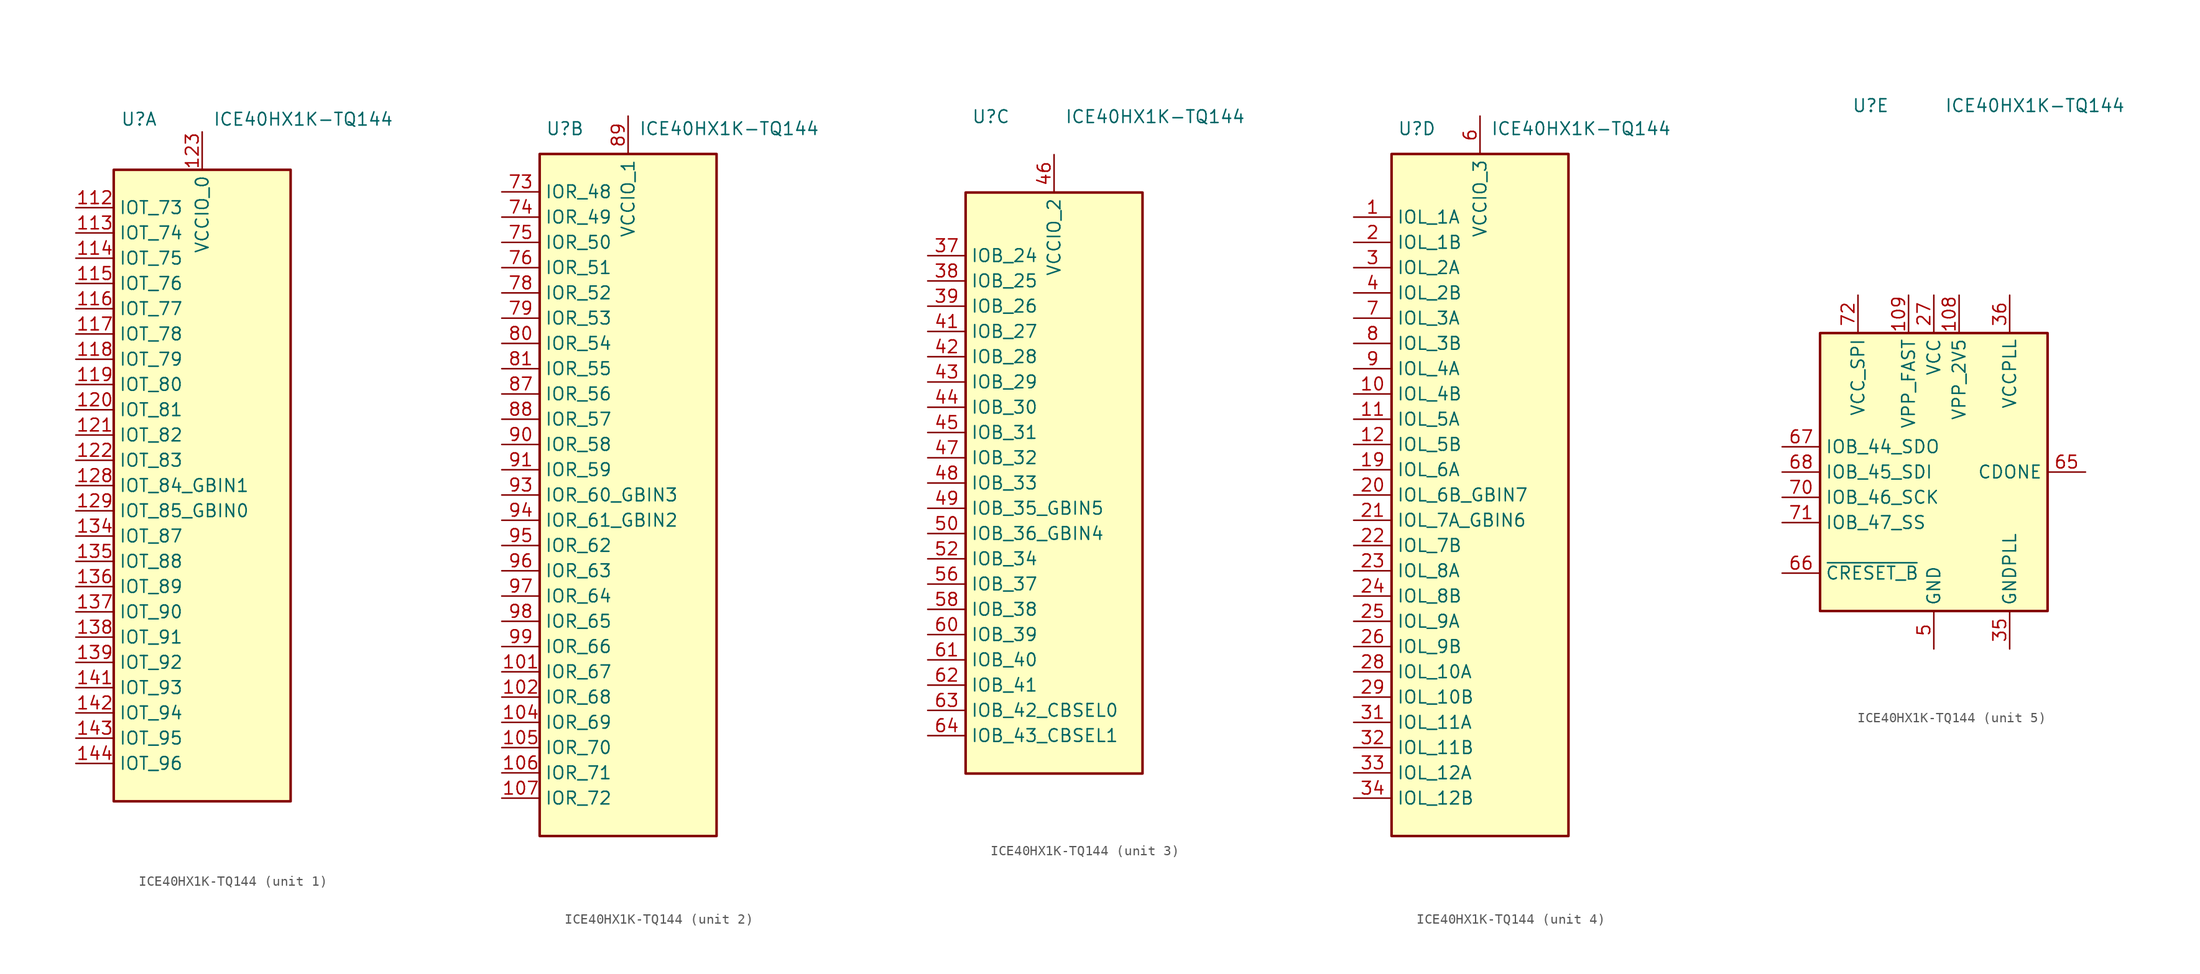
<source format=kicad_sym>
(kicad_symbol_lib
  (version 20241209)
  (generator "kicad_symbol_editor")
  (generator_version "9.0")
  (symbol "ICE40HX1K-TQ144"
    (property "Reference" "U"
      (at -6.35 36.83 0)
      (effects (font (size 1.27 1.27))))
    (property "Value" "ICE40HX1K-TQ144"
      (at 10.16 36.83 0)
      (effects (font (size 1.27 1.27))))
    (property "ki_locked" ""
      (at 0 0 0)
      (effects (font (size 1.27 1.27))))
    (symbol "ICE40HX1K-TQ144_1_1"
      (rectangle (start -8.89 31.75) (end 8.89 -31.75) (stroke (width 0.254) (type default)) (fill (type background)))
      (pin bidirectional line (at -12.7 27.94 0) (length 3.81) (name "IOT_73" (effects (font (size 1.27 1.27)))) (number "112" (effects (font (size 1.27 1.27)))))
      (pin bidirectional line (at -12.7 25.4 0) (length 3.81) (name "IOT_74" (effects (font (size 1.27 1.27)))) (number "113" (effects (font (size 1.27 1.27)))))
      (pin bidirectional line (at -12.7 22.86 0) (length 3.81) (name "IOT_75" (effects (font (size 1.27 1.27)))) (number "114" (effects (font (size 1.27 1.27)))))
      (pin bidirectional line (at -12.7 20.32 0) (length 3.81) (name "IOT_76" (effects (font (size 1.27 1.27)))) (number "115" (effects (font (size 1.27 1.27)))))
      (pin bidirectional line (at -12.7 17.78 0) (length 3.81) (name "IOT_77" (effects (font (size 1.27 1.27)))) (number "116" (effects (font (size 1.27 1.27)))))
      (pin bidirectional line (at -12.7 15.24 0) (length 3.81) (name "IOT_78" (effects (font (size 1.27 1.27)))) (number "117" (effects (font (size 1.27 1.27)))))
      (pin bidirectional line (at -12.7 12.7 0) (length 3.81) (name "IOT_79" (effects (font (size 1.27 1.27)))) (number "118" (effects (font (size 1.27 1.27)))))
      (pin bidirectional line (at -12.7 10.16 0) (length 3.81) (name "IOT_80" (effects (font (size 1.27 1.27)))) (number "119" (effects (font (size 1.27 1.27)))))
      (pin bidirectional line (at -12.7 7.62 0) (length 3.81) (name "IOT_81" (effects (font (size 1.27 1.27)))) (number "120" (effects (font (size 1.27 1.27)))))
      (pin bidirectional line (at -12.7 5.08 0) (length 3.81) (name "IOT_82" (effects (font (size 1.27 1.27)))) (number "121" (effects (font (size 1.27 1.27)))))
      (pin bidirectional line (at -12.7 2.54 0) (length 3.81) (name "IOT_83" (effects (font (size 1.27 1.27)))) (number "122" (effects (font (size 1.27 1.27)))))
      (pin bidirectional line (at -12.7 0 0) (length 3.81) (name "IOT_84_GBIN1" (effects (font (size 1.27 1.27)))) (number "128" (effects (font (size 1.27 1.27)))))
      (pin bidirectional line (at -12.7 -2.54 0) (length 3.81) (name "IOT_85_GBIN0" (effects (font (size 1.27 1.27)))) (number "129" (effects (font (size 1.27 1.27)))))
      (pin bidirectional line (at -12.7 -5.08 0) (length 3.81) (name "IOT_87" (effects (font (size 1.27 1.27)))) (number "134" (effects (font (size 1.27 1.27)))))
      (pin bidirectional line (at -12.7 -7.62 0) (length 3.81) (name "IOT_88" (effects (font (size 1.27 1.27)))) (number "135" (effects (font (size 1.27 1.27)))))
      (pin bidirectional line (at -12.7 -10.16 0) (length 3.81) (name "IOT_89" (effects (font (size 1.27 1.27)))) (number "136" (effects (font (size 1.27 1.27)))))
      (pin bidirectional line (at -12.7 -12.7 0) (length 3.81) (name "IOT_90" (effects (font (size 1.27 1.27)))) (number "137" (effects (font (size 1.27 1.27)))))
      (pin bidirectional line (at -12.7 -15.24 0) (length 3.81) (name "IOT_91" (effects (font (size 1.27 1.27)))) (number "138" (effects (font (size 1.27 1.27)))))
      (pin bidirectional line (at -12.7 -17.78 0) (length 3.81) (name "IOT_92" (effects (font (size 1.27 1.27)))) (number "139" (effects (font (size 1.27 1.27)))))
      (pin bidirectional line (at -12.7 -20.32 0) (length 3.81) (name "IOT_93" (effects (font (size 1.27 1.27)))) (number "141" (effects (font (size 1.27 1.27)))))
      (pin bidirectional line (at -12.7 -22.86 0) (length 3.81) (name "IOT_94" (effects (font (size 1.27 1.27)))) (number "142" (effects (font (size 1.27 1.27)))))
      (pin bidirectional line (at -12.7 -25.4 0) (length 3.81) (name "IOT_95" (effects (font (size 1.27 1.27)))) (number "143" (effects (font (size 1.27 1.27)))))
      (pin bidirectional line (at -12.7 -27.94 0) (length 3.81) (name "IOT_96" (effects (font (size 1.27 1.27)))) (number "144" (effects (font (size 1.27 1.27)))))
      (pin power_in line (at 0 35.56 270) (length 3.81) (name "VCCIO_0" (effects (font (size 1.27 1.27)))) (number "123" (effects (font (size 1.27 1.27)))))
      (pin passive line (at 0 35.56 270) (length 3.81) hide (name "VCCIO_0" (effects (font (size 1.27 1.27)))) (number "133" (effects (font (size 1.27 1.27)))))
      (pin no_connect line (at 7.62 10.16 180) (length 3.81) hide (name "NC" (effects (font (size 1.27 1.27)))) (number "15" (effects (font (size 1.27 1.27)))))
      (pin no_connect line (at 7.62 7.62 180) (length 3.81) hide (name "NC" (effects (font (size 1.27 1.27)))) (number "16" (effects (font (size 1.27 1.27)))))
      (pin no_connect line (at 7.62 5.08 180) (length 3.81) hide (name "NC" (effects (font (size 1.27 1.27)))) (number "17" (effects (font (size 1.27 1.27)))))
      (pin no_connect line (at 7.62 -7.62 180) (length 3.81) hide (name "NC" (effects (font (size 1.27 1.27)))) (number "18" (effects (font (size 1.27 1.27)))))
      (pin no_connect line (at 7.62 -10.16 180) (length 3.81) hide (name "NC" (effects (font (size 1.27 1.27)))) (number "77" (effects (font (size 1.27 1.27))))))
    (symbol "ICE40HX1K-TQ144_2_1"
      (rectangle (start -8.89 34.29) (end 8.89 -34.29) (stroke (width 0.254) (type default)) (fill (type background)))
      (pin bidirectional line (at -12.7 30.48 0) (length 3.81) (name "IOR_48" (effects (font (size 1.27 1.27)))) (number "73" (effects (font (size 1.27 1.27)))))
      (pin bidirectional line (at -12.7 27.94 0) (length 3.81) (name "IOR_49" (effects (font (size 1.27 1.27)))) (number "74" (effects (font (size 1.27 1.27)))))
      (pin bidirectional line (at -12.7 25.4 0) (length 3.81) (name "IOR_50" (effects (font (size 1.27 1.27)))) (number "75" (effects (font (size 1.27 1.27)))))
      (pin bidirectional line (at -12.7 22.86 0) (length 3.81) (name "IOR_51" (effects (font (size 1.27 1.27)))) (number "76" (effects (font (size 1.27 1.27)))))
      (pin bidirectional line (at -12.7 20.32 0) (length 3.81) (name "IOR_52" (effects (font (size 1.27 1.27)))) (number "78" (effects (font (size 1.27 1.27)))))
      (pin bidirectional line (at -12.7 17.78 0) (length 3.81) (name "IOR_53" (effects (font (size 1.27 1.27)))) (number "79" (effects (font (size 1.27 1.27)))))
      (pin bidirectional line (at -12.7 15.24 0) (length 3.81) (name "IOR_54" (effects (font (size 1.27 1.27)))) (number "80" (effects (font (size 1.27 1.27)))))
      (pin bidirectional line (at -12.7 12.7 0) (length 3.81) (name "IOR_55" (effects (font (size 1.27 1.27)))) (number "81" (effects (font (size 1.27 1.27)))))
      (pin bidirectional line (at -12.7 10.16 0) (length 3.81) (name "IOR_56" (effects (font (size 1.27 1.27)))) (number "87" (effects (font (size 1.27 1.27)))))
      (pin bidirectional line (at -12.7 7.62 0) (length 3.81) (name "IOR_57" (effects (font (size 1.27 1.27)))) (number "88" (effects (font (size 1.27 1.27)))))
      (pin bidirectional line (at -12.7 5.08 0) (length 3.81) (name "IOR_58" (effects (font (size 1.27 1.27)))) (number "90" (effects (font (size 1.27 1.27)))))
      (pin bidirectional line (at -12.7 2.54 0) (length 3.81) (name "IOR_59" (effects (font (size 1.27 1.27)))) (number "91" (effects (font (size 1.27 1.27)))))
      (pin bidirectional line (at -12.7 0 0) (length 3.81) (name "IOR_60_GBIN3" (effects (font (size 1.27 1.27)))) (number "93" (effects (font (size 1.27 1.27)))))
      (pin bidirectional line (at -12.7 -2.54 0) (length 3.81) (name "IOR_61_GBIN2" (effects (font (size 1.27 1.27)))) (number "94" (effects (font (size 1.27 1.27)))))
      (pin bidirectional line (at -12.7 -5.08 0) (length 3.81) (name "IOR_62" (effects (font (size 1.27 1.27)))) (number "95" (effects (font (size 1.27 1.27)))))
      (pin bidirectional line (at -12.7 -7.62 0) (length 3.81) (name "IOR_63" (effects (font (size 1.27 1.27)))) (number "96" (effects (font (size 1.27 1.27)))))
      (pin bidirectional line (at -12.7 -10.16 0) (length 3.81) (name "IOR_64" (effects (font (size 1.27 1.27)))) (number "97" (effects (font (size 1.27 1.27)))))
      (pin bidirectional line (at -12.7 -12.7 0) (length 3.81) (name "IOR_65" (effects (font (size 1.27 1.27)))) (number "98" (effects (font (size 1.27 1.27)))))
      (pin bidirectional line (at -12.7 -15.24 0) (length 3.81) (name "IOR_66" (effects (font (size 1.27 1.27)))) (number "99" (effects (font (size 1.27 1.27)))))
      (pin bidirectional line (at -12.7 -17.78 0) (length 3.81) (name "IOR_67" (effects (font (size 1.27 1.27)))) (number "101" (effects (font (size 1.27 1.27)))))
      (pin bidirectional line (at -12.7 -20.32 0) (length 3.81) (name "IOR_68" (effects (font (size 1.27 1.27)))) (number "102" (effects (font (size 1.27 1.27)))))
      (pin bidirectional line (at -12.7 -22.86 0) (length 3.81) (name "IOR_69" (effects (font (size 1.27 1.27)))) (number "104" (effects (font (size 1.27 1.27)))))
      (pin bidirectional line (at -12.7 -25.4 0) (length 3.81) (name "IOR_70" (effects (font (size 1.27 1.27)))) (number "105" (effects (font (size 1.27 1.27)))))
      (pin bidirectional line (at -12.7 -27.94 0) (length 3.81) (name "IOR_71" (effects (font (size 1.27 1.27)))) (number "106" (effects (font (size 1.27 1.27)))))
      (pin bidirectional line (at -12.7 -30.48 0) (length 3.81) (name "IOR_72" (effects (font (size 1.27 1.27)))) (number "107" (effects (font (size 1.27 1.27)))))
      (pin passive line (at 0 38.1 270) (length 3.81) hide (name "VCCIO_1" (effects (font (size 1.27 1.27)))) (number "100" (effects (font (size 1.27 1.27)))))
      (pin power_in line (at 0 38.1 270) (length 3.81) (name "VCCIO_1" (effects (font (size 1.27 1.27)))) (number "89" (effects (font (size 1.27 1.27)))))
      (pin no_connect line (at 7.62 10.16 180) (length 3.81) hide (name "NC" (effects (font (size 1.27 1.27)))) (number "40" (effects (font (size 1.27 1.27)))))
      (pin no_connect line (at 7.62 7.62 180) (length 3.81) hide (name "NC" (effects (font (size 1.27 1.27)))) (number "53" (effects (font (size 1.27 1.27)))))
      (pin no_connect line (at 7.62 5.08 180) (length 3.81) hide (name "NC" (effects (font (size 1.27 1.27)))) (number "54" (effects (font (size 1.27 1.27)))))
      (pin no_connect line (at 7.62 -7.62 180) (length 3.81) hide (name "NC" (effects (font (size 1.27 1.27)))) (number "55" (effects (font (size 1.27 1.27)))))
      (pin no_connect line (at 7.62 -10.16 180) (length 3.81) hide (name "NC" (effects (font (size 1.27 1.27)))) (number "82" (effects (font (size 1.27 1.27))))))
    (symbol "ICE40HX1K-TQ144_3_1"
      (rectangle (start -8.89 29.21) (end 8.89 -29.21) (stroke (width 0.254) (type default)) (fill (type background)))
      (pin bidirectional line (at -12.7 22.86 0) (length 3.81) (name "IOB_24" (effects (font (size 1.27 1.27)))) (number "37" (effects (font (size 1.27 1.27)))))
      (pin bidirectional line (at -12.7 20.32 0) (length 3.81) (name "IOB_25" (effects (font (size 1.27 1.27)))) (number "38" (effects (font (size 1.27 1.27)))))
      (pin bidirectional line (at -12.7 17.78 0) (length 3.81) (name "IOB_26" (effects (font (size 1.27 1.27)))) (number "39" (effects (font (size 1.27 1.27)))))
      (pin bidirectional line (at -12.7 15.24 0) (length 3.81) (name "IOB_27" (effects (font (size 1.27 1.27)))) (number "41" (effects (font (size 1.27 1.27)))))
      (pin bidirectional line (at -12.7 12.7 0) (length 3.81) (name "IOB_28" (effects (font (size 1.27 1.27)))) (number "42" (effects (font (size 1.27 1.27)))))
      (pin bidirectional line (at -12.7 10.16 0) (length 3.81) (name "IOB_29" (effects (font (size 1.27 1.27)))) (number "43" (effects (font (size 1.27 1.27)))))
      (pin bidirectional line (at -12.7 7.62 0) (length 3.81) (name "IOB_30" (effects (font (size 1.27 1.27)))) (number "44" (effects (font (size 1.27 1.27)))))
      (pin bidirectional line (at -12.7 5.08 0) (length 3.81) (name "IOB_31" (effects (font (size 1.27 1.27)))) (number "45" (effects (font (size 1.27 1.27)))))
      (pin bidirectional line (at -12.7 2.54 0) (length 3.81) (name "IOB_32" (effects (font (size 1.27 1.27)))) (number "47" (effects (font (size 1.27 1.27)))))
      (pin bidirectional line (at -12.7 0 0) (length 3.81) (name "IOB_33" (effects (font (size 1.27 1.27)))) (number "48" (effects (font (size 1.27 1.27)))))
      (pin bidirectional line (at -12.7 -2.54 0) (length 3.81) (name "IOB_35_GBIN5" (effects (font (size 1.27 1.27)))) (number "49" (effects (font (size 1.27 1.27)))))
      (pin bidirectional line (at -12.7 -5.08 0) (length 3.81) (name "IOB_36_GBIN4" (effects (font (size 1.27 1.27)))) (number "50" (effects (font (size 1.27 1.27)))))
      (pin bidirectional line (at -12.7 -7.62 0) (length 3.81) (name "IOB_34" (effects (font (size 1.27 1.27)))) (number "52" (effects (font (size 1.27 1.27)))))
      (pin bidirectional line (at -12.7 -10.16 0) (length 3.81) (name "IOB_37" (effects (font (size 1.27 1.27)))) (number "56" (effects (font (size 1.27 1.27)))))
      (pin bidirectional line (at -12.7 -12.7 0) (length 3.81) (name "IOB_38" (effects (font (size 1.27 1.27)))) (number "58" (effects (font (size 1.27 1.27)))))
      (pin bidirectional line (at -12.7 -15.24 0) (length 3.81) (name "IOB_39" (effects (font (size 1.27 1.27)))) (number "60" (effects (font (size 1.27 1.27)))))
      (pin bidirectional line (at -12.7 -17.78 0) (length 3.81) (name "IOB_40" (effects (font (size 1.27 1.27)))) (number "61" (effects (font (size 1.27 1.27)))))
      (pin bidirectional line (at -12.7 -20.32 0) (length 3.81) (name "IOB_41" (effects (font (size 1.27 1.27)))) (number "62" (effects (font (size 1.27 1.27)))))
      (pin bidirectional line (at -12.7 -22.86 0) (length 3.81) (name "IOB_42_CBSEL0" (effects (font (size 1.27 1.27)))) (number "63" (effects (font (size 1.27 1.27)))))
      (pin bidirectional line (at -12.7 -25.4 0) (length 3.81) (name "IOB_43_CBSEL1" (effects (font (size 1.27 1.27)))) (number "64" (effects (font (size 1.27 1.27)))))
      (pin power_in line (at 0 33.02 270) (length 3.81) (name "VCCIO_2" (effects (font (size 1.27 1.27)))) (number "46" (effects (font (size 1.27 1.27)))))
      (pin passive line (at 0 33.02 270) (length 3.81) hide (name "VCCIO_2" (effects (font (size 1.27 1.27)))) (number "57" (effects (font (size 1.27 1.27)))))
      (pin no_connect line (at 7.62 10.16 180) (length 3.81) hide (name "NC" (effects (font (size 1.27 1.27)))) (number "83" (effects (font (size 1.27 1.27)))))
      (pin no_connect line (at 7.62 7.62 180) (length 3.81) hide (name "NC" (effects (font (size 1.27 1.27)))) (number "84" (effects (font (size 1.27 1.27)))))
      (pin no_connect line (at 7.62 -10.16 180) (length 3.81) hide (name "NC" (effects (font (size 1.27 1.27)))) (number "110" (effects (font (size 1.27 1.27)))))
      (pin no_connect line (at 7.62 -12.7 180) (length 3.81) hide (name "NC" (effects (font (size 1.27 1.27)))) (number "85" (effects (font (size 1.27 1.27)))))
      (pin no_connect line (at 7.62 -17.78 180) (length 3.81) hide (name "NC" (effects (font (size 1.27 1.27)))) (number "124" (effects (font (size 1.27 1.27))))))
    (symbol "ICE40HX1K-TQ144_4_1"
      (rectangle (start -8.89 34.29) (end 8.89 -34.29) (stroke (width 0.254) (type default)) (fill (type background)))
      (pin bidirectional line (at -12.7 27.94 0) (length 3.81) (name "IOL_1A" (effects (font (size 1.27 1.27)))) (number "1" (effects (font (size 1.27 1.27)))))
      (pin bidirectional line (at -12.7 25.4 0) (length 3.81) (name "IOL_1B" (effects (font (size 1.27 1.27)))) (number "2" (effects (font (size 1.27 1.27)))))
      (pin bidirectional line (at -12.7 22.86 0) (length 3.81) (name "IOL_2A" (effects (font (size 1.27 1.27)))) (number "3" (effects (font (size 1.27 1.27)))))
      (pin bidirectional line (at -12.7 20.32 0) (length 3.81) (name "IOL_2B" (effects (font (size 1.27 1.27)))) (number "4" (effects (font (size 1.27 1.27)))))
      (pin bidirectional line (at -12.7 17.78 0) (length 3.81) (name "IOL_3A" (effects (font (size 1.27 1.27)))) (number "7" (effects (font (size 1.27 1.27)))))
      (pin bidirectional line (at -12.7 15.24 0) (length 3.81) (name "IOL_3B" (effects (font (size 1.27 1.27)))) (number "8" (effects (font (size 1.27 1.27)))))
      (pin bidirectional line (at -12.7 12.7 0) (length 3.81) (name "IOL_4A" (effects (font (size 1.27 1.27)))) (number "9" (effects (font (size 1.27 1.27)))))
      (pin bidirectional line (at -12.7 10.16 0) (length 3.81) (name "IOL_4B" (effects (font (size 1.27 1.27)))) (number "10" (effects (font (size 1.27 1.27)))))
      (pin bidirectional line (at -12.7 7.62 0) (length 3.81) (name "IOL_5A" (effects (font (size 1.27 1.27)))) (number "11" (effects (font (size 1.27 1.27)))))
      (pin bidirectional line (at -12.7 5.08 0) (length 3.81) (name "IOL_5B" (effects (font (size 1.27 1.27)))) (number "12" (effects (font (size 1.27 1.27)))))
      (pin bidirectional line (at -12.7 2.54 0) (length 3.81) (name "IOL_6A" (effects (font (size 1.27 1.27)))) (number "19" (effects (font (size 1.27 1.27)))))
      (pin bidirectional line (at -12.7 0 0) (length 3.81) (name "IOL_6B_GBIN7" (effects (font (size 1.27 1.27)))) (number "20" (effects (font (size 1.27 1.27)))))
      (pin bidirectional line (at -12.7 -2.54 0) (length 3.81) (name "IOL_7A_GBIN6" (effects (font (size 1.27 1.27)))) (number "21" (effects (font (size 1.27 1.27)))))
      (pin bidirectional line (at -12.7 -5.08 0) (length 3.81) (name "IOL_7B" (effects (font (size 1.27 1.27)))) (number "22" (effects (font (size 1.27 1.27)))))
      (pin bidirectional line (at -12.7 -7.62 0) (length 3.81) (name "IOL_8A" (effects (font (size 1.27 1.27)))) (number "23" (effects (font (size 1.27 1.27)))))
      (pin bidirectional line (at -12.7 -10.16 0) (length 3.81) (name "IOL_8B" (effects (font (size 1.27 1.27)))) (number "24" (effects (font (size 1.27 1.27)))))
      (pin bidirectional line (at -12.7 -12.7 0) (length 3.81) (name "IOL_9A" (effects (font (size 1.27 1.27)))) (number "25" (effects (font (size 1.27 1.27)))))
      (pin bidirectional line (at -12.7 -15.24 0) (length 3.81) (name "IOL_9B" (effects (font (size 1.27 1.27)))) (number "26" (effects (font (size 1.27 1.27)))))
      (pin bidirectional line (at -12.7 -17.78 0) (length 3.81) (name "IOL_10A" (effects (font (size 1.27 1.27)))) (number "28" (effects (font (size 1.27 1.27)))))
      (pin bidirectional line (at -12.7 -20.32 0) (length 3.81) (name "IOL_10B" (effects (font (size 1.27 1.27)))) (number "29" (effects (font (size 1.27 1.27)))))
      (pin bidirectional line (at -12.7 -22.86 0) (length 3.81) (name "IOL_11A" (effects (font (size 1.27 1.27)))) (number "31" (effects (font (size 1.27 1.27)))))
      (pin bidirectional line (at -12.7 -25.4 0) (length 3.81) (name "IOL_11B" (effects (font (size 1.27 1.27)))) (number "32" (effects (font (size 1.27 1.27)))))
      (pin bidirectional line (at -12.7 -27.94 0) (length 3.81) (name "IOL_12A" (effects (font (size 1.27 1.27)))) (number "33" (effects (font (size 1.27 1.27)))))
      (pin bidirectional line (at -12.7 -30.48 0) (length 3.81) (name "IOL_12B" (effects (font (size 1.27 1.27)))) (number "34" (effects (font (size 1.27 1.27)))))
      (pin passive line (at 0 38.1 270) (length 3.81) hide (name "VCCIO_3" (effects (font (size 1.27 1.27)))) (number "30" (effects (font (size 1.27 1.27)))))
      (pin power_in line (at 0 38.1 270) (length 3.81) (name "VCCIO_3" (effects (font (size 1.27 1.27)))) (number "6" (effects (font (size 1.27 1.27)))))
      (pin no_connect line (at 7.62 10.16 180) (length 3.81) hide (name "NC" (effects (font (size 1.27 1.27)))) (number "125" (effects (font (size 1.27 1.27)))))
      (pin no_connect line (at 7.62 7.62 180) (length 3.81) hide (name "NC" (effects (font (size 1.27 1.27)))) (number "126" (effects (font (size 1.27 1.27)))))
      (pin no_connect line (at 7.62 5.08 180) (length 3.81) hide (name "NC" (effects (font (size 1.27 1.27)))) (number "127" (effects (font (size 1.27 1.27)))))
      (pin no_connect line (at 7.62 -7.62 180) (length 3.81) hide (name "NC" (effects (font (size 1.27 1.27)))) (number "130" (effects (font (size 1.27 1.27)))))
      (pin no_connect line (at 7.62 -10.16 180) (length 3.81) hide (name "NC" (effects (font (size 1.27 1.27)))) (number "131" (effects (font (size 1.27 1.27))))))
    (symbol "ICE40HX1K-TQ144_5_1"
      (rectangle (start -11.43 13.97) (end 11.43 -13.97) (stroke (width 0.254) (type default)) (fill (type background)))
      (pin bidirectional line (at -15.24 2.54 0) (length 3.81) (name "IOB_44_SDO" (effects (font (size 1.27 1.27)))) (number "67" (effects (font (size 1.27 1.27)))))
      (pin bidirectional line (at -15.24 0 0) (length 3.81) (name "IOB_45_SDI" (effects (font (size 1.27 1.27)))) (number "68" (effects (font (size 1.27 1.27)))))
      (pin bidirectional line (at -15.24 -2.54 0) (length 3.81) (name "IOB_46_SCK" (effects (font (size 1.27 1.27)))) (number "70" (effects (font (size 1.27 1.27)))))
      (pin bidirectional line (at -15.24 -5.08 0) (length 3.81) (name "IOB_47_SS" (effects (font (size 1.27 1.27)))) (number "71" (effects (font (size 1.27 1.27)))))
      (pin input line (at -15.24 -10.16 0) (length 3.81) (name "~{CRESET_B}" (effects (font (size 1.27 1.27)))) (number "66" (effects (font (size 1.27 1.27)))))
      (pin power_in line (at -7.62 17.78 270) (length 3.81) (name "VCC_SPI" (effects (font (size 1.27 1.27)))) (number "72" (effects (font (size 1.27 1.27)))))
      (pin power_in line (at -2.54 17.78 270) (length 3.81) (name "VPP_FAST" (effects (font (size 1.27 1.27)))) (number "109" (effects (font (size 1.27 1.27)))))
      (pin passive line (at 0 17.78 270) (length 3.81) hide (name "VCC" (effects (font (size 1.27 1.27)))) (number "111" (effects (font (size 1.27 1.27)))))
      (pin power_in line (at 0 17.78 270) (length 3.81) (name "VCC" (effects (font (size 1.27 1.27)))) (number "27" (effects (font (size 1.27 1.27)))))
      (pin passive line (at 0 17.78 270) (length 3.81) hide (name "VCC" (effects (font (size 1.27 1.27)))) (number "51" (effects (font (size 1.27 1.27)))))
      (pin passive line (at 0 17.78 270) (length 3.81) hide (name "VCC" (effects (font (size 1.27 1.27)))) (number "92" (effects (font (size 1.27 1.27)))))
      (pin passive line (at 0 -17.78 90) (length 3.81) hide (name "GND" (effects (font (size 1.27 1.27)))) (number "103" (effects (font (size 1.27 1.27)))))
      (pin passive line (at 0 -17.78 90) (length 3.81) hide (name "GND" (effects (font (size 1.27 1.27)))) (number "13" (effects (font (size 1.27 1.27)))))
      (pin passive line (at 0 -17.78 90) (length 3.81) hide (name "GND" (effects (font (size 1.27 1.27)))) (number "132" (effects (font (size 1.27 1.27)))))
      (pin passive line (at 0 -17.78 90) (length 3.81) hide (name "GND" (effects (font (size 1.27 1.27)))) (number "14" (effects (font (size 1.27 1.27)))))
      (pin passive line (at 0 -17.78 90) (length 3.81) hide (name "GND" (effects (font (size 1.27 1.27)))) (number "140" (effects (font (size 1.27 1.27)))))
      (pin power_in line (at 0 -17.78 90) (length 3.81) (name "GND" (effects (font (size 1.27 1.27)))) (number "5" (effects (font (size 1.27 1.27)))))
      (pin passive line (at 0 -17.78 90) (length 3.81) hide (name "GND" (effects (font (size 1.27 1.27)))) (number "59" (effects (font (size 1.27 1.27)))))
      (pin passive line (at 0 -17.78 90) (length 3.81) hide (name "GND" (effects (font (size 1.27 1.27)))) (number "69" (effects (font (size 1.27 1.27)))))
      (pin passive line (at 0 -17.78 90) (length 3.81) hide (name "GND" (effects (font (size 1.27 1.27)))) (number "86" (effects (font (size 1.27 1.27)))))
      (pin power_in line (at 2.54 17.78 270) (length 3.81) (name "VPP_2V5" (effects (font (size 1.27 1.27)))) (number "108" (effects (font (size 1.27 1.27)))))
      (pin power_in line (at 7.62 17.78 270) (length 3.81) (name "VCCPLL" (effects (font (size 1.27 1.27)))) (number "36" (effects (font (size 1.27 1.27)))))
      (pin power_in line (at 7.62 -17.78 90) (length 3.81) (name "GNDPLL" (effects (font (size 1.27 1.27)))) (number "35" (effects (font (size 1.27 1.27)))))
      (pin open_collector line (at 15.24 0 180) (length 3.81) (name "CDONE" (effects (font (size 1.27 1.27)))) (number "65" (effects (font (size 1.27 1.27))))))))
</source>
